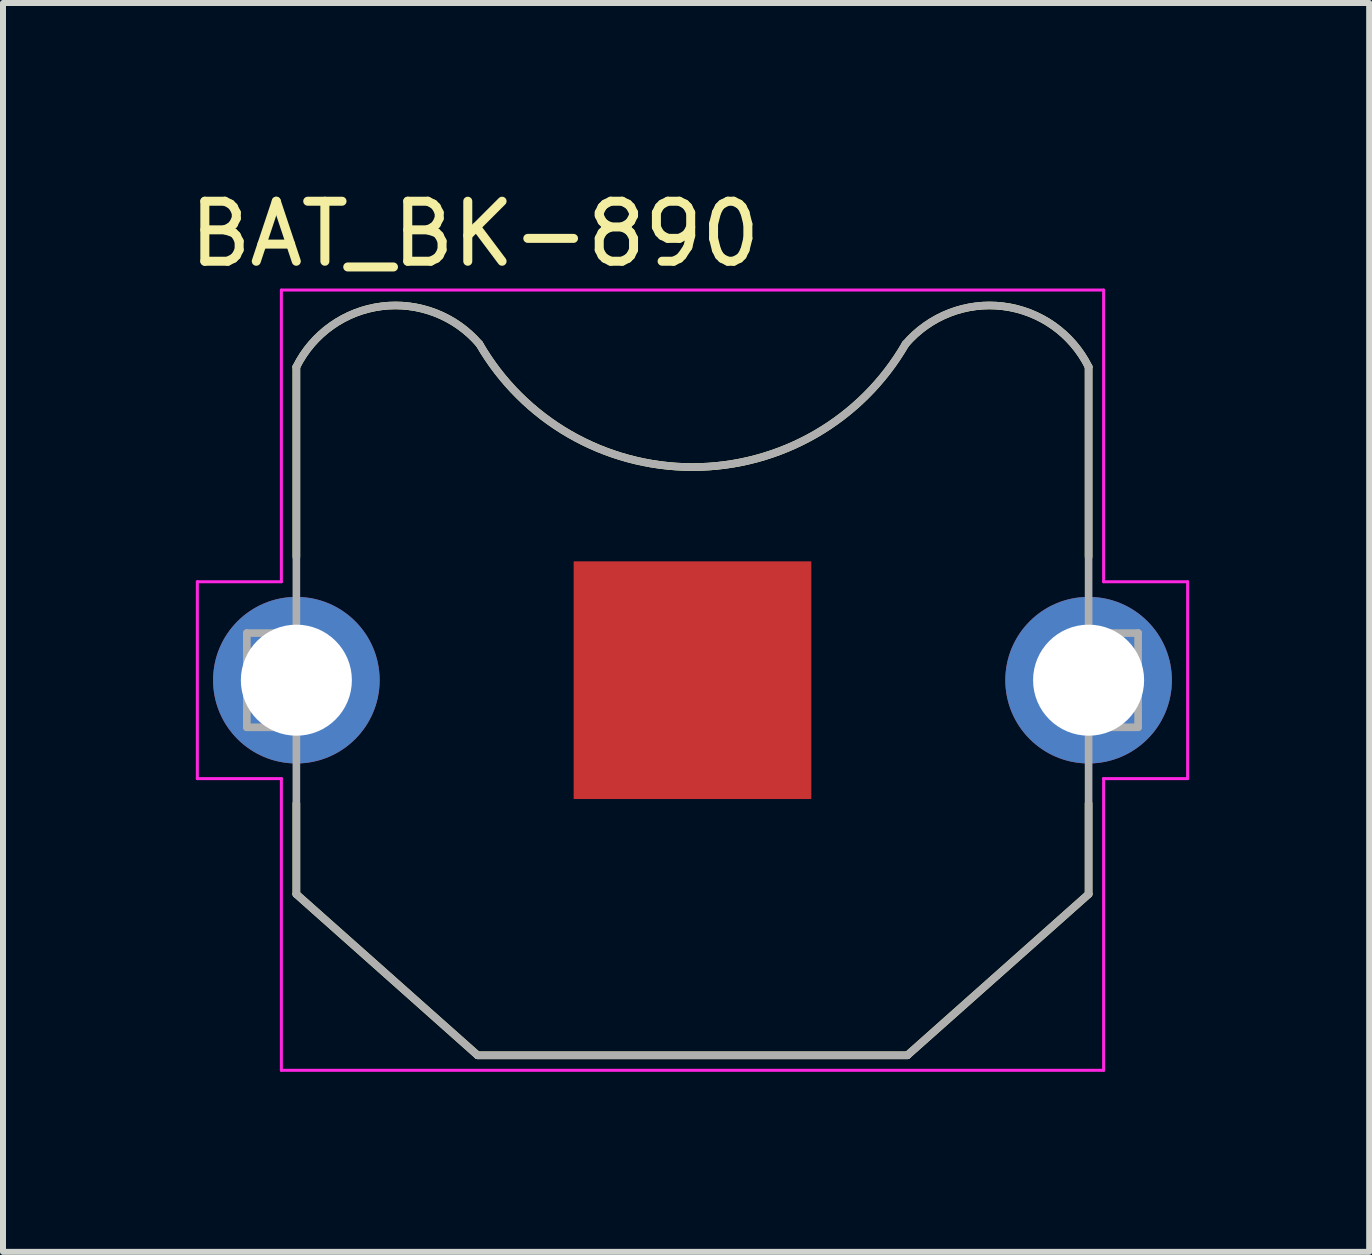
<source format=kicad_pcb>
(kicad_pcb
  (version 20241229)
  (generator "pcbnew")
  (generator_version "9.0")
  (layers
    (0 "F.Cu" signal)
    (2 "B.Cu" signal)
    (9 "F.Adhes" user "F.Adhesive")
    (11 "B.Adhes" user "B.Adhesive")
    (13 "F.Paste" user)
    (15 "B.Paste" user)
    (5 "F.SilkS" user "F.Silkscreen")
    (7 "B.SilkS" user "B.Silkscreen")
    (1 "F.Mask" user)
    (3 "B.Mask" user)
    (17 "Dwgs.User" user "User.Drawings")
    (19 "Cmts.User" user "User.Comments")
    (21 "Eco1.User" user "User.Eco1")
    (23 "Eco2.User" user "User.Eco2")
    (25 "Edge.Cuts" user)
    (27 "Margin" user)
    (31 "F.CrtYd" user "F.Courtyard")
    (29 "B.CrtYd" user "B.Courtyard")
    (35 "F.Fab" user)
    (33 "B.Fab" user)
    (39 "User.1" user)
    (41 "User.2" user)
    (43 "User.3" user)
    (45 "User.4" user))
  (footprint "BAT_BK-890"
    (layer "F.Cu")
    (at 8.488 8.283)
    (property "Reference" "BAT_BK-890" (at -3.625 -7.435 0) (layer "F.SilkS") (effects (font (size 1 1) (thickness 0.15))))
    (attr through_hole)
    (fp_line (start -6.6 -5.22) (end -6.6 -2.055) (stroke (width 0.127) (type solid)) (layer "F.SilkS"))
    (fp_line (start -6.6 2.055) (end -6.6 3.565) (stroke (width 0.127) (type solid)) (layer "F.SilkS"))
    (fp_line (start -6.6 3.565) (end -3.58 6.25) (stroke (width 0.127) (type solid)) (layer "F.SilkS"))
    (fp_line (start -3.58 6.25) (end 3.58 6.25) (stroke (width 0.127) (type solid)) (layer "F.SilkS"))
    (fp_line (start 3.58 6.25) (end 6.6 3.565) (stroke (width 0.127) (type solid)) (layer "F.SilkS"))
    (fp_line (start 6.6 -2.055) (end 6.6 -5.22) (stroke (width 0.127) (type solid)) (layer "F.SilkS"))
    (fp_line (start 6.6 3.565) (end 6.6 2.055) (stroke (width 0.127) (type solid)) (layer "F.SilkS"))
    (fp_arc (start -6.6 -5.22) (mid -5.177091 -6.229412) (end -3.550001 -5.6) (stroke (width 0.127) (type solid)) (layer "F.SilkS"))
    (fp_arc (start 3.55 -5.6) (mid 5.17709 -6.229412) (end 6.6 -5.220001) (stroke (width 0.127) (type solid)) (layer "F.SilkS"))
    (fp_arc (start 3.55 -5.599999) (mid 0 -3.550406) (end -3.55 -5.6) (stroke (width 0.127) (type solid)) (layer "F.SilkS"))
    (fp_line (start -8.25 -1.64) (end -8.25 1.64) (stroke (width 0.05) (type solid)) (layer "F.CrtYd"))
    (fp_line (start -8.25 1.64) (end -6.85 1.64) (stroke (width 0.05) (type solid)) (layer "F.CrtYd"))
    (fp_line (start -6.85 -6.5) (end -6.85 -1.64) (stroke (width 0.05) (type solid)) (layer "F.CrtYd"))
    (fp_line (start -6.85 -1.64) (end -8.25 -1.64) (stroke (width 0.05) (type solid)) (layer "F.CrtYd"))
    (fp_line (start -6.85 1.64) (end -6.85 6.5) (stroke (width 0.05) (type solid)) (layer "F.CrtYd"))
    (fp_line (start -6.85 6.5) (end 6.85 6.5) (stroke (width 0.05) (type solid)) (layer "F.CrtYd"))
    (fp_line (start 6.85 -6.5) (end -6.85 -6.5) (stroke (width 0.05) (type solid)) (layer "F.CrtYd"))
    (fp_line (start 6.85 -1.64) (end 6.85 -6.5) (stroke (width 0.05) (type solid)) (layer "F.CrtYd"))
    (fp_line (start 6.85 1.64) (end 8.25 1.64) (stroke (width 0.05) (type solid)) (layer "F.CrtYd"))
    (fp_line (start 6.85 6.5) (end 6.85 1.64) (stroke (width 0.05) (type solid)) (layer "F.CrtYd"))
    (fp_line (start 8.25 -1.64) (end 6.85 -1.64) (stroke (width 0.05) (type solid)) (layer "F.CrtYd"))
    (fp_line (start 8.25 1.64) (end 8.25 -1.64) (stroke (width 0.05) (type solid)) (layer "F.CrtYd"))
    (fp_line (start -7.425 -0.785) (end -7.425 0.785) (stroke (width 0.127) (type solid)) (layer "F.Fab"))
    (fp_line (start -7.425 0.785) (end -6.6 0.785) (stroke (width 0.127) (type solid)) (layer "F.Fab"))
    (fp_line (start -6.6 -5.22) (end -6.6 -0.785) (stroke (width 0.127) (type solid)) (layer "F.Fab"))
    (fp_line (start -6.6 -0.785) (end -7.425 -0.785) (stroke (width 0.127) (type solid)) (layer "F.Fab"))
    (fp_line (start -6.6 0.785) (end -6.6 3.565) (stroke (width 0.127) (type solid)) (layer "F.Fab"))
    (fp_line (start -6.6 3.565) (end -3.58 6.25) (stroke (width 0.127) (type solid)) (layer "F.Fab"))
    (fp_line (start -3.58 6.25) (end 3.58 6.25) (stroke (width 0.127) (type solid)) (layer "F.Fab"))
    (fp_line (start 3.58 6.25) (end 6.6 3.565) (stroke (width 0.127) (type solid)) (layer "F.Fab"))
    (fp_line (start 6.6 -0.785) (end 6.6 -5.22) (stroke (width 0.127) (type solid)) (layer "F.Fab"))
    (fp_line (start 6.6 0.785) (end 7.425 0.785) (stroke (width 0.127) (type solid)) (layer "F.Fab"))
    (fp_line (start 6.6 3.565) (end 6.6 0.785) (stroke (width 0.127) (type solid)) (layer "F.Fab"))
    (fp_line (start 7.425 -0.785) (end 6.6 -0.785) (stroke (width 0.127) (type solid)) (layer "F.Fab"))
    (fp_line (start 7.425 0.785) (end 7.425 -0.785) (stroke (width 0.127) (type solid)) (layer "F.Fab"))
    (fp_arc (start -6.6 -5.22) (mid -5.177091 -6.229412) (end -3.550001 -5.6) (stroke (width 0.127) (type solid)) (layer "F.Fab"))
    (fp_arc (start 3.55 -5.6) (mid 5.17709 -6.229412) (end 6.6 -5.220001) (stroke (width 0.127) (type solid)) (layer "F.Fab"))
    (fp_arc (start 3.55 -5.599999) (mid 0 -3.550406) (end -3.55 -5.6) (stroke (width 0.127) (type solid)) (layer "F.Fab"))
    (pad "-" smd rect (at 0 0) (size 3.96 3.96) (layers "F.Cu" "F.Mask"))
    (pad "S1+" thru_hole circle (at -6.6 0) (size 2.775 2.775) (drill 1.85) (layers "*.Cu" "*.Mask"))
    (pad "S2+" thru_hole circle (at 6.6 0) (size 2.775 2.775) (drill 1.85) (layers "*.Cu" "*.Mask")))
  (gr_rect
    (start -3 -3)
    (end 19.763 17.808)
    (stroke (width 0.1) (type default))
    (fill no)
    (layer "Edge.Cuts")))
</source>
